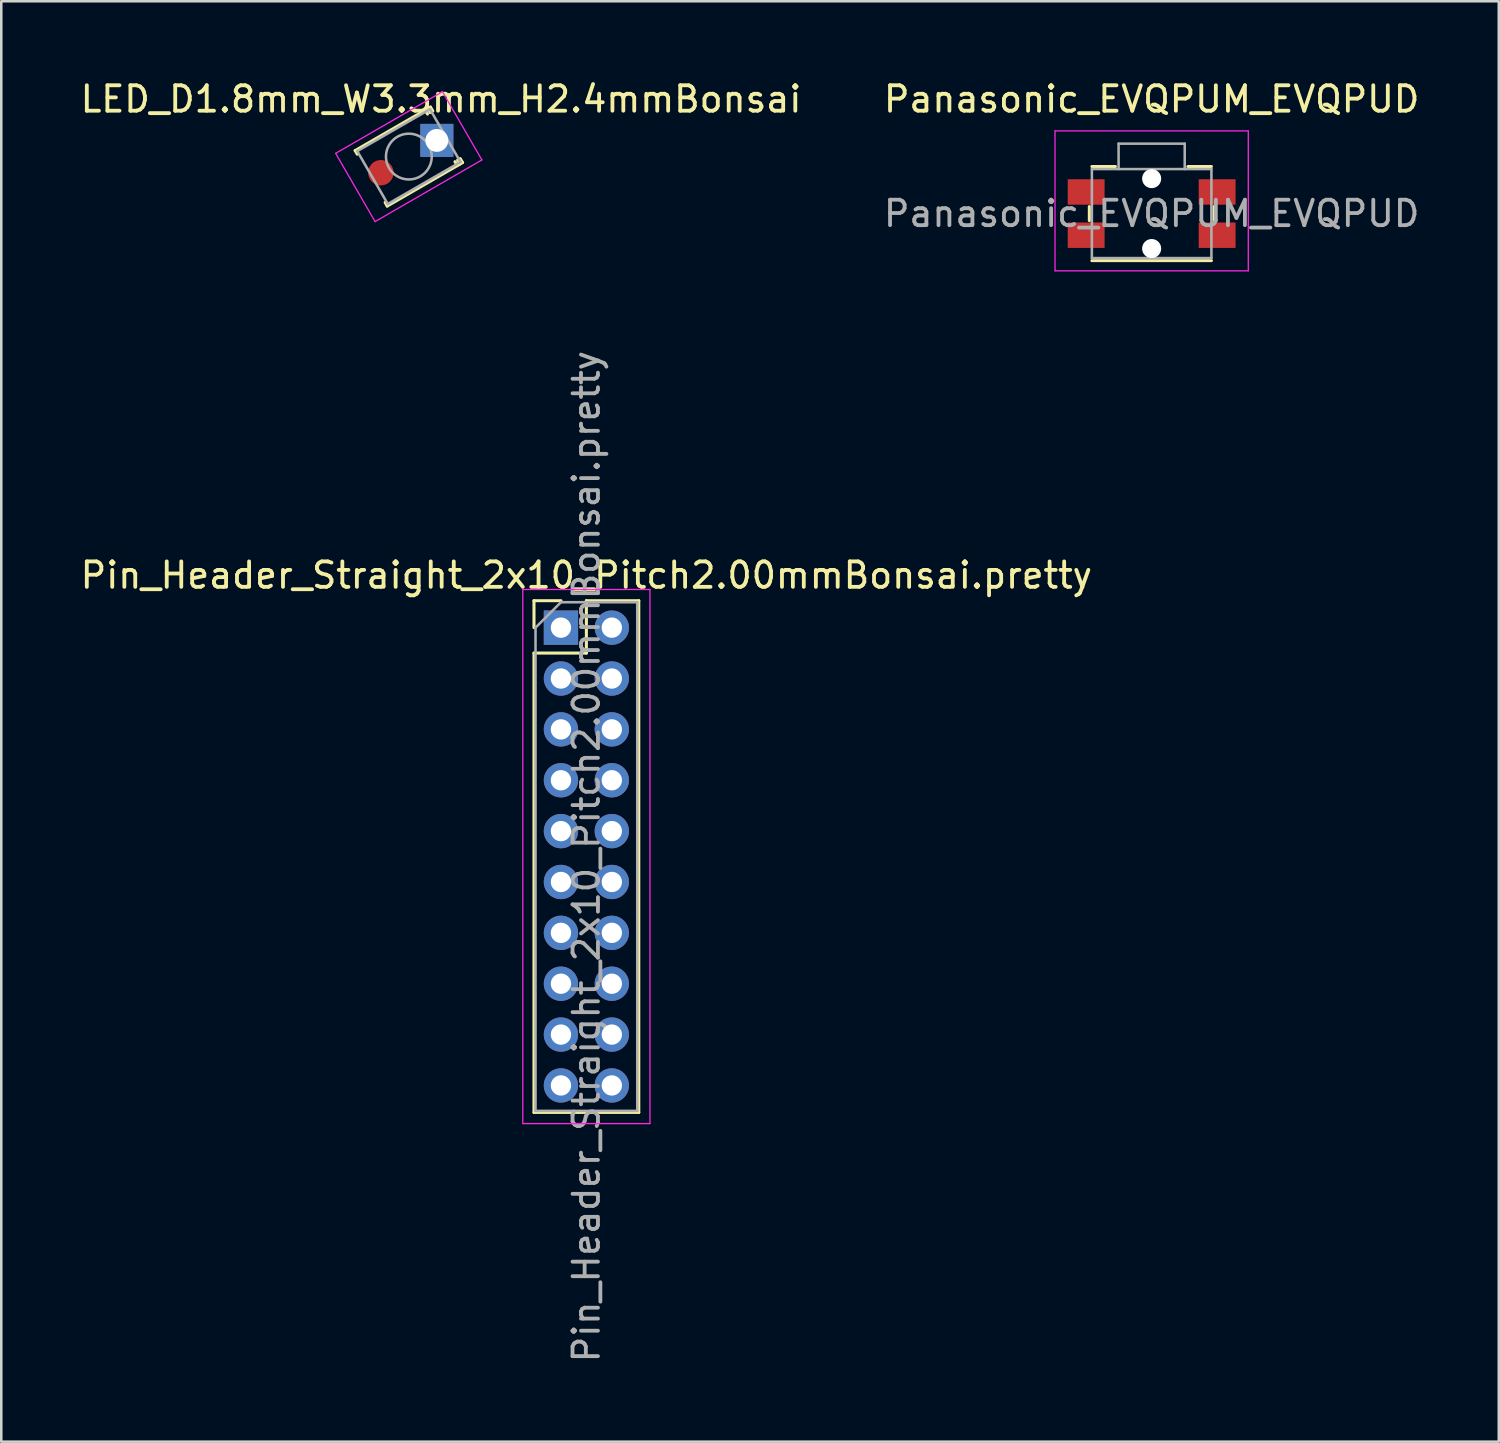
<source format=kicad_pcb>
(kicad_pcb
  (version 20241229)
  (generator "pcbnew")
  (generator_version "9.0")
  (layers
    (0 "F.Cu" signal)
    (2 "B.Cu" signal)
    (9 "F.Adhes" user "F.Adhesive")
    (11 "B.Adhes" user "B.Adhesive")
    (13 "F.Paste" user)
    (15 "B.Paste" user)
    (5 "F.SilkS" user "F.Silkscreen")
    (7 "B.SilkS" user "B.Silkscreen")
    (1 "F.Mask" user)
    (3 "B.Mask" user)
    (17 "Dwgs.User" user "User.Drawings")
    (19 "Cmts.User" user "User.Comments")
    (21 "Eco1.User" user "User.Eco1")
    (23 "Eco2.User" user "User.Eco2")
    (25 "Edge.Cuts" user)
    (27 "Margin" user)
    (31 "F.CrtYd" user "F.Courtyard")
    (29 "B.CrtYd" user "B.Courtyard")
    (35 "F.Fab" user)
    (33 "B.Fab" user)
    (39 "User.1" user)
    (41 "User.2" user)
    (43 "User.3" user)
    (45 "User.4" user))
  (footprint "Panasonic_EVQPUM_EVQPUD"
    (layer "F.Cu")
    (at 42.232 5.348)
    (property "Reference" "Panasonic_EVQPUM_EVQPUD" (at 0 -4.5 0) (layer "F.SilkS") (effects (font (size 1 1) (thickness 0.15))))
    (attr smd)
    (fp_line (start -2.45 0.275) (end -2.45 -0.275) (stroke (width 0.12) (type solid)) (layer "F.SilkS"))
    (fp_line (start -1.425 -1.85) (end -2.35 -1.85) (stroke (width 0.12) (type solid)) (layer "F.SilkS"))
    (fp_line (start 2.35 -1.85) (end 1.425 -1.85) (stroke (width 0.12) (type solid)) (layer "F.SilkS"))
    (fp_line (start 2.35 1.85) (end -2.35 1.85) (stroke (width 0.12) (type solid)) (layer "F.SilkS"))
    (fp_line (start 2.45 0.275) (end 2.45 -0.275) (stroke (width 0.12) (type solid)) (layer "F.SilkS"))
    (fp_line (start -3.8 2.25) (end -3.8 -3.25) (stroke (width 0.05) (type solid)) (layer "F.CrtYd"))
    (fp_line (start 3.8 -3.25) (end -3.8 -3.25) (stroke (width 0.05) (type solid)) (layer "F.CrtYd"))
    (fp_line (start 3.8 2.25) (end -3.8 2.25) (stroke (width 0.05) (type solid)) (layer "F.CrtYd"))
    (fp_line (start 3.8 2.25) (end 3.8 -3.25) (stroke (width 0.05) (type solid)) (layer "F.CrtYd"))
    (fp_line (start -2.35 1.75) (end -2.35 -1.75) (stroke (width 0.1) (type solid)) (layer "F.Fab"))
    (fp_line (start -1.3 -2.75) (end -1.3 -1.75) (stroke (width 0.1) (type solid)) (layer "F.Fab"))
    (fp_line (start 1.3 -2.75) (end -1.3 -2.75) (stroke (width 0.1) (type solid)) (layer "F.Fab"))
    (fp_line (start 1.3 -2.75) (end 1.3 -1.75) (stroke (width 0.1) (type solid)) (layer "F.Fab"))
    (fp_line (start 2.35 -1.75) (end -2.35 -1.75) (stroke (width 0.1) (type solid)) (layer "F.Fab"))
    (fp_line (start 2.35 1.75) (end -2.35 1.75) (stroke (width 0.1) (type solid)) (layer "F.Fab"))
    (fp_line (start 2.35 1.75) (end 2.35 -1.75) (stroke (width 0.1) (type solid)) (layer "F.Fab"))
    (fp_text user "${REFERENCE}" (at 0 0 0) (layer "F.Fab") (effects (font (size 1 1) (thickness 0.15))))
    (pad "" np_thru_hole circle (at 0 -1.375 180) (size 0.75 0.75) (drill 0.75) (layers "*.Cu" "*.Mask"))
    (pad "" np_thru_hole circle (at 0 1.375 180) (size 0.75 0.75) (drill 0.75) (layers "*.Cu" "*.Mask"))
    (pad "1" smd rect (at -2.575 -0.85 180) (size 1.45 1) (layers "F.Cu" "F.Mask" "F.Paste"))
    (pad "1" smd rect (at 2.575 -0.85 180) (size 1.45 1) (layers "F.Cu" "F.Mask" "F.Paste"))
    (pad "2" smd rect (at -2.575 0.85 180) (size 1.45 1) (layers "F.Cu" "F.Mask" "F.Paste"))
    (pad "2" smd rect (at 2.575 0.85 180) (size 1.45 1) (layers "F.Cu" "F.Mask" "F.Paste")))
  (footprint "LED_D1.8mm_W3.3mm_H2.4mmBonsai"
    (layer "F.Cu")
    (at 14.126 2.471)
    (property "Reference" "LED_D1.8mm_W3.3mm_H2.4mmBonsai" (at 0.166 -1.623 0) (layer "F.SilkS") (effects (font (size 1 1) (thickness 0.15))))
    (attr through_hole)
    (fp_line (start -3.128 0.542) (end -3.211 0.399) (stroke (width 0.12) (type solid)) (layer "F.SilkS"))
    (fp_line (start -1.951 2.581) (end -2.033 2.438) (stroke (width 0.12) (type solid)) (layer "F.SilkS"))
    (fp_line (start -0.367 -1.035) (end -0.457 -1.191) (stroke (width 0.12) (type solid)) (layer "F.SilkS"))
    (fp_line (start -0.263 -1.095) (end -0.353 -1.251) (stroke (width 0.12) (type solid)) (layer "F.SilkS"))
    (fp_line (start -0.249 -1.311) (end -3.211 0.399) (stroke (width 0.12) (type solid)) (layer "F.SilkS"))
    (fp_line (start -0.159 -1.155) (end -0.249 -1.311) (stroke (width 0.12) (type solid)) (layer "F.SilkS"))
    (fp_line (start 0.803 0.991) (end 0.713 0.835) (stroke (width 0.12) (type solid)) (layer "F.SilkS"))
    (fp_line (start 0.907 0.931) (end 0.817 0.775) (stroke (width 0.12) (type solid)) (layer "F.SilkS"))
    (fp_line (start 1.011 0.871) (end -1.951 2.581) (stroke (width 0.12) (type solid)) (layer "F.SilkS"))
    (fp_line (start 1.011 0.871) (end 0.921 0.715) (stroke (width 0.12) (type solid)) (layer "F.SilkS"))
    (fp_line (start -3.979 0.508) (end -2.429 3.192) (stroke (width 0.05) (type solid)) (layer "F.CrtYd"))
    (fp_line (start -2.429 3.192) (end 1.771 0.767) (stroke (width 0.05) (type solid)) (layer "F.CrtYd"))
    (fp_line (start 0.221 -1.917) (end -3.979 0.508) (stroke (width 0.05) (type solid)) (layer "F.CrtYd"))
    (fp_line (start 1.771 0.767) (end 0.221 -1.917) (stroke (width 0.05) (type solid)) (layer "F.CrtYd"))
    (fp_line (start -3.129 0.421) (end -1.929 2.499) (stroke (width 0.1) (type solid)) (layer "F.Fab"))
    (fp_line (start -1.929 2.499) (end 0.929 0.849) (stroke (width 0.1) (type solid)) (layer "F.Fab"))
    (fp_line (start -0.271 -1.229) (end -3.129 0.421) (stroke (width 0.1) (type solid)) (layer "F.Fab"))
    (fp_line (start 0.929 0.849) (end -0.271 -1.229) (stroke (width 0.1) (type solid)) (layer "F.Fab"))
    (fp_circle (center -1.1 0.635) (end -1.879 1.085) (stroke (width 0.1) (type solid)) (fill no) (layer "F.Fab"))
    (pad "1" thru_hole rect (at 0 0) (size 1.3 1.3) (drill 0.9) (layers "*.Cu" "*.Mask"))
    (pad "2" smd circle (at -2.2 1.27 210) (size 1 1) (layers "F.Cu" "F.Mask" "F.Paste")))
  (footprint "Pin_Header_Straight_2x10_Pitch2.00mmBonsai.pretty"
    (layer "F.Cu")
    (at 19.006 21.629)
    (property "Reference" "Pin_Header_Straight_2x10_Pitch2.00mmBonsai.pretty" (at 1 -2.06 0) (layer "F.SilkS") (effects (font (size 1 1) (thickness 0.15))))
    (attr through_hole)
    (fp_line (start -1.06 -1.06) (end 0 -1.06) (stroke (width 0.12) (type solid)) (layer "F.SilkS"))
    (fp_line (start -1.06 0) (end -1.06 -1.06) (stroke (width 0.12) (type solid)) (layer "F.SilkS"))
    (fp_line (start -1.06 1) (end -1.06 19.06) (stroke (width 0.12) (type solid)) (layer "F.SilkS"))
    (fp_line (start -1.06 1) (end 1 1) (stroke (width 0.12) (type solid)) (layer "F.SilkS"))
    (fp_line (start -1.06 19.06) (end 3.06 19.06) (stroke (width 0.12) (type solid)) (layer "F.SilkS"))
    (fp_line (start 1 -1.06) (end 3.06 -1.06) (stroke (width 0.12) (type solid)) (layer "F.SilkS"))
    (fp_line (start 1 1) (end 1 -1.06) (stroke (width 0.12) (type solid)) (layer "F.SilkS"))
    (fp_line (start 3.06 -1.06) (end 3.06 19.06) (stroke (width 0.12) (type solid)) (layer "F.SilkS"))
    (fp_line (start -1.5 -1.5) (end -1.5 19.5) (stroke (width 0.05) (type solid)) (layer "F.CrtYd"))
    (fp_line (start -1.5 19.5) (end 3.5 19.5) (stroke (width 0.05) (type solid)) (layer "F.CrtYd"))
    (fp_line (start 3.5 -1.5) (end -1.5 -1.5) (stroke (width 0.05) (type solid)) (layer "F.CrtYd"))
    (fp_line (start 3.5 19.5) (end 3.5 -1.5) (stroke (width 0.05) (type solid)) (layer "F.CrtYd"))
    (fp_line (start -1 0) (end 0 -1) (stroke (width 0.1) (type solid)) (layer "F.Fab"))
    (fp_line (start -1 19) (end -1 0) (stroke (width 0.1) (type solid)) (layer "F.Fab"))
    (fp_line (start 0 -1) (end 3 -1) (stroke (width 0.1) (type solid)) (layer "F.Fab"))
    (fp_line (start 3 -1) (end 3 19) (stroke (width 0.1) (type solid)) (layer "F.Fab"))
    (fp_line (start 3 19) (end -1 19) (stroke (width 0.1) (type solid)) (layer "F.Fab"))
    (fp_text user "${REFERENCE}" (at 1 9 90) (layer "F.Fab") (effects (font (size 1 1) (thickness 0.15))))
    (pad "1" thru_hole rect (at 0 0) (size 1.35 1.35) (drill 0.8) (layers "*.Cu" "*.Mask"))
    (pad "2" thru_hole oval (at 0 2) (size 1.35 1.35) (drill 0.8) (layers "*.Cu" "*.Mask"))
    (pad "3" thru_hole oval (at 0 4) (size 1.35 1.35) (drill 0.8) (layers "*.Cu" "*.Mask"))
    (pad "4" thru_hole oval (at 0 6) (size 1.35 1.35) (drill 0.8) (layers "*.Cu" "*.Mask"))
    (pad "5" thru_hole oval (at 0 8) (size 1.35 1.35) (drill 0.8) (layers "*.Cu" "*.Mask"))
    (pad "6" thru_hole oval (at 0 10) (size 1.35 1.35) (drill 0.8) (layers "*.Cu" "*.Mask"))
    (pad "7" thru_hole oval (at 0 12) (size 1.35 1.35) (drill 0.8) (layers "*.Cu" "*.Mask"))
    (pad "8" thru_hole oval (at 0 14) (size 1.35 1.35) (drill 0.8) (layers "*.Cu" "*.Mask"))
    (pad "9" thru_hole oval (at 0 16) (size 1.35 1.35) (drill 0.8) (layers "*.Cu" "*.Mask"))
    (pad "10" thru_hole oval (at 0 18) (size 1.35 1.35) (drill 0.8) (layers "*.Cu" "*.Mask"))
    (pad "11" thru_hole oval (at 2 0) (size 1.35 1.35) (drill 0.8) (layers "*.Cu" "*.Mask"))
    (pad "12" thru_hole oval (at 2 2) (size 1.35 1.35) (drill 0.8) (layers "*.Cu" "*.Mask"))
    (pad "13" thru_hole oval (at 2 4) (size 1.35 1.35) (drill 0.8) (layers "*.Cu" "*.Mask"))
    (pad "14" thru_hole oval (at 2 6) (size 1.35 1.35) (drill 0.8) (layers "*.Cu" "*.Mask"))
    (pad "15" thru_hole oval (at 2 8) (size 1.35 1.35) (drill 0.8) (layers "*.Cu" "*.Mask"))
    (pad "16" thru_hole oval (at 2 10) (size 1.35 1.35) (drill 0.8) (layers "*.Cu" "*.Mask"))
    (pad "17" thru_hole oval (at 2 12) (size 1.35 1.35) (drill 0.8) (layers "*.Cu" "*.Mask"))
    (pad "18" thru_hole oval (at 2 14) (size 1.35 1.35) (drill 0.8) (layers "*.Cu" "*.Mask"))
    (pad "19" thru_hole oval (at 2 16) (size 1.35 1.35) (drill 0.8) (layers "*.Cu" "*.Mask"))
    (pad "20" thru_hole oval (at 2 18) (size 1.35 1.35) (drill 0.8) (layers "*.Cu" "*.Mask")))
  (gr_rect
    (start -3 -3)
    (end 55.881 53.635)
    (stroke (width 0.1) (type default))
    (fill no)
    (layer "Edge.Cuts")))
</source>
